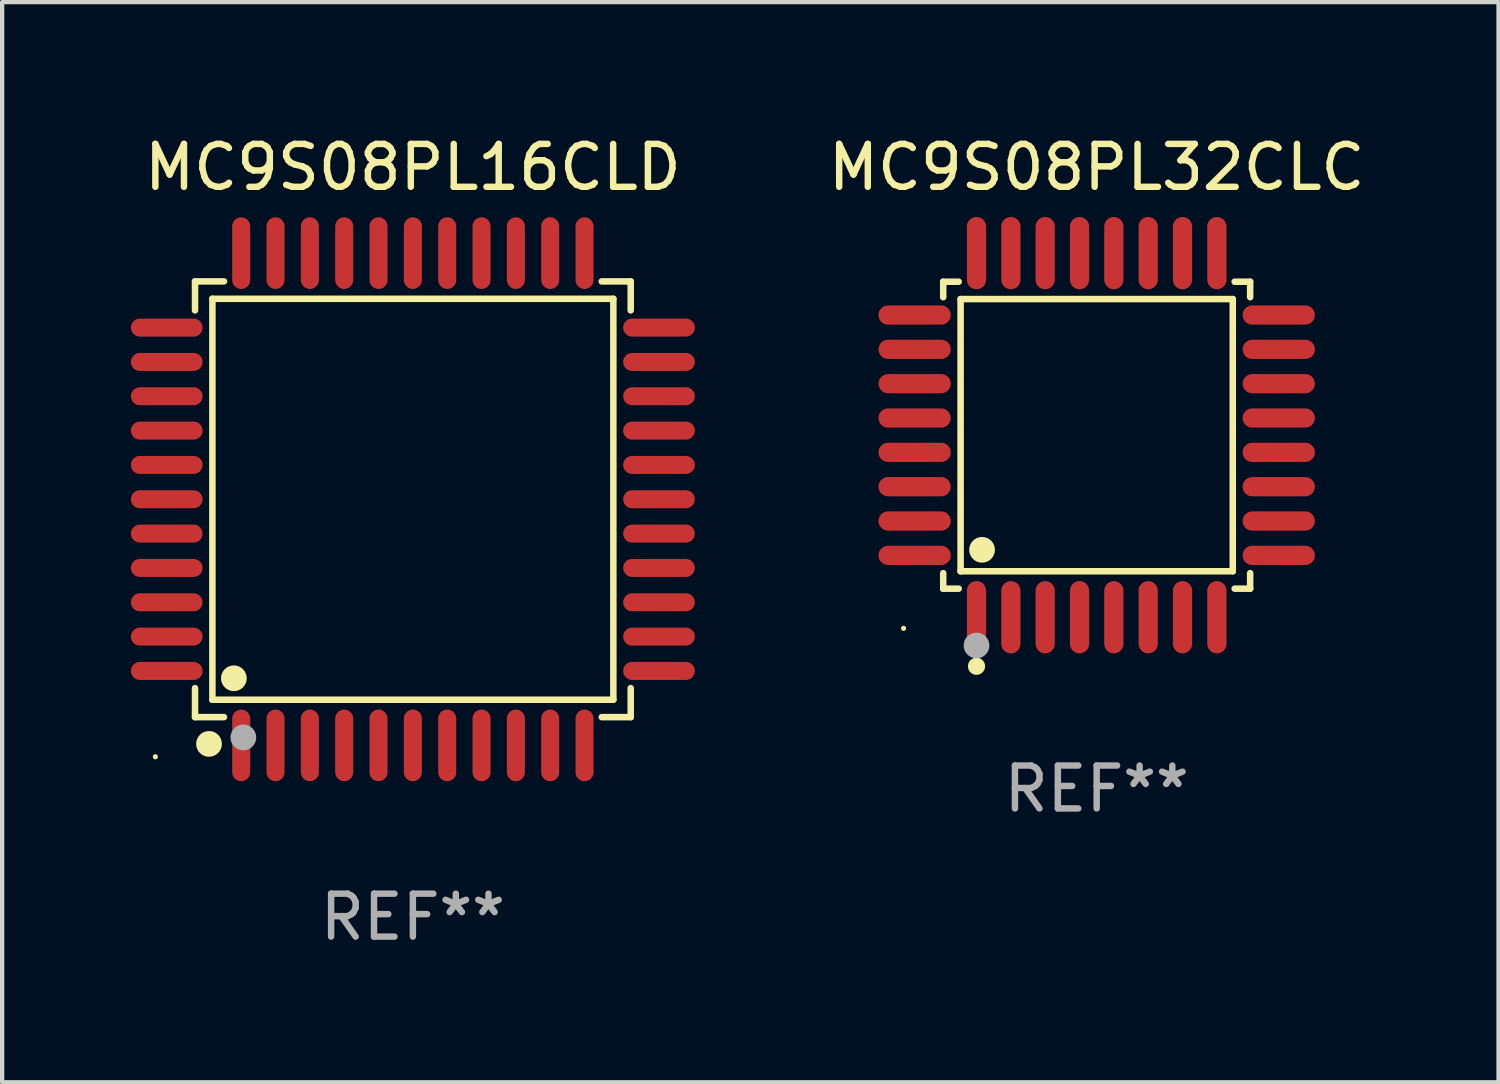
<source format=kicad_pcb>
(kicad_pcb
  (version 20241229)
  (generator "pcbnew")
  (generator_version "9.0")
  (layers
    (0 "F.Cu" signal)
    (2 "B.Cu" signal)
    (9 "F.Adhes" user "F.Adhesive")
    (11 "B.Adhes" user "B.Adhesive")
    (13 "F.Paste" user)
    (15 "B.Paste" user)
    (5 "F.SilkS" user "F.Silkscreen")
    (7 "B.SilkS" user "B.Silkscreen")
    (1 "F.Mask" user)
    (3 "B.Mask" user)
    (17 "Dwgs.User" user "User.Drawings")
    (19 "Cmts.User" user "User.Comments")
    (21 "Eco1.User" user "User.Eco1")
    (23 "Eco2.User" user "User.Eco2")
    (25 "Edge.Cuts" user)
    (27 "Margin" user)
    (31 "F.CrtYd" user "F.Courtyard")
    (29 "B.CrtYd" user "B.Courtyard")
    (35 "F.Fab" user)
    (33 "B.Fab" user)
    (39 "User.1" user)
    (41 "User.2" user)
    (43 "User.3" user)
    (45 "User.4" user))
  (footprint "MC9S08PL16CLD"
    (layer "F.Cu")
    (at 6.57 8.583)
    (property "Reference" "MC9S08PL16CLD" (at 0 -7.735 0) (layer "F.SilkS") (effects (font (size 1 1) (thickness 0.15))))
    (attr through_hole)
    (fp_line (start -5.076 -5.076) (end -4.401 -5.076) (stroke (width 0.152) (type solid)) (layer "F.SilkS"))
    (fp_line (start -5.076 -4.401) (end -5.076 -5.076) (stroke (width 0.152) (type solid)) (layer "F.SilkS"))
    (fp_line (start -5.076 4.401) (end -5.076 5.076) (stroke (width 0.152) (type solid)) (layer "F.SilkS"))
    (fp_line (start -5.076 5.076) (end -4.401 5.076) (stroke (width 0.152) (type solid)) (layer "F.SilkS"))
    (fp_line (start -4.671 -4.671) (end 4.671 -4.671) (stroke (width 0.152) (type solid)) (layer "F.SilkS"))
    (fp_line (start -4.671 4.671) (end -4.671 -4.671) (stroke (width 0.152) (type solid)) (layer "F.SilkS"))
    (fp_line (start 4.671 -4.671) (end 4.671 4.671) (stroke (width 0.152) (type solid)) (layer "F.SilkS"))
    (fp_line (start 4.671 4.671) (end -4.671 4.671) (stroke (width 0.152) (type solid)) (layer "F.SilkS"))
    (fp_line (start 5.076 -5.076) (end 4.401 -5.076) (stroke (width 0.152) (type solid)) (layer "F.SilkS"))
    (fp_line (start 5.076 -4.401) (end 5.076 -5.076) (stroke (width 0.152) (type solid)) (layer "F.SilkS"))
    (fp_line (start 5.076 4.401) (end 5.076 5.076) (stroke (width 0.152) (type solid)) (layer "F.SilkS"))
    (fp_line (start 5.076 5.076) (end 4.401 5.076) (stroke (width 0.152) (type solid)) (layer "F.SilkS"))
    (fp_circle (center -6 6) (end -5.97 6) (stroke (width 0.06) (type solid)) (fill no) (layer "F.SilkS"))
    (fp_circle (center -4.75 5.7) (end -4.6 5.7) (stroke (width 0.3) (type solid)) (fill no) (layer "F.SilkS"))
    (fp_circle (center -4.171 4.171) (end -4.021 4.171) (stroke (width 0.3) (type solid)) (fill no) (layer "F.SilkS"))
    (fp_circle (center -3.95 5.55) (end -3.8 5.55) (stroke (width 0.3) (type solid)) (fill no) (layer "F.Fab"))
    (fp_text user "REF**" (at 0 9.735 0) (layer "F.Fab") (effects (font (size 1 1) (thickness 0.15))))
    (pad "1" smd oval (at -4 5.735) (size 0.42 1.67) (layers "F.Cu" "F.Mask" "F.Paste"))
    (pad "2" smd oval (at -3.2 5.735) (size 0.42 1.67) (layers "F.Cu" "F.Mask" "F.Paste"))
    (pad "3" smd oval (at -2.4 5.735) (size 0.42 1.67) (layers "F.Cu" "F.Mask" "F.Paste"))
    (pad "4" smd oval (at -1.6 5.735) (size 0.42 1.67) (layers "F.Cu" "F.Mask" "F.Paste"))
    (pad "5" smd oval (at -0.8 5.735) (size 0.42 1.67) (layers "F.Cu" "F.Mask" "F.Paste"))
    (pad "6" smd oval (at 0 5.735) (size 0.42 1.67) (layers "F.Cu" "F.Mask" "F.Paste"))
    (pad "7" smd oval (at 0.8 5.735) (size 0.42 1.67) (layers "F.Cu" "F.Mask" "F.Paste"))
    (pad "8" smd oval (at 1.6 5.735) (size 0.42 1.67) (layers "F.Cu" "F.Mask" "F.Paste"))
    (pad "9" smd oval (at 2.4 5.735) (size 0.42 1.67) (layers "F.Cu" "F.Mask" "F.Paste"))
    (pad "10" smd oval (at 3.2 5.735) (size 0.42 1.67) (layers "F.Cu" "F.Mask" "F.Paste"))
    (pad "11" smd oval (at 4 5.735) (size 0.42 1.67) (layers "F.Cu" "F.Mask" "F.Paste"))
    (pad "12" smd oval (at 5.735 4) (size 1.67 0.42) (layers "F.Cu" "F.Mask" "F.Paste"))
    (pad "13" smd oval (at 5.735 3.2) (size 1.67 0.42) (layers "F.Cu" "F.Mask" "F.Paste"))
    (pad "14" smd oval (at 5.735 2.4) (size 1.67 0.42) (layers "F.Cu" "F.Mask" "F.Paste"))
    (pad "15" smd oval (at 5.735 1.6) (size 1.67 0.42) (layers "F.Cu" "F.Mask" "F.Paste"))
    (pad "16" smd oval (at 5.735 0.8) (size 1.67 0.42) (layers "F.Cu" "F.Mask" "F.Paste"))
    (pad "17" smd oval (at 5.735 0) (size 1.67 0.42) (layers "F.Cu" "F.Mask" "F.Paste"))
    (pad "18" smd oval (at 5.735 -0.8) (size 1.67 0.42) (layers "F.Cu" "F.Mask" "F.Paste"))
    (pad "19" smd oval (at 5.735 -1.6) (size 1.67 0.42) (layers "F.Cu" "F.Mask" "F.Paste"))
    (pad "20" smd oval (at 5.735 -2.4) (size 1.67 0.42) (layers "F.Cu" "F.Mask" "F.Paste"))
    (pad "21" smd oval (at 5.735 -3.2) (size 1.67 0.42) (layers "F.Cu" "F.Mask" "F.Paste"))
    (pad "22" smd oval (at 5.735 -4) (size 1.67 0.42) (layers "F.Cu" "F.Mask" "F.Paste"))
    (pad "23" smd oval (at 4 -5.735) (size 0.42 1.67) (layers "F.Cu" "F.Mask" "F.Paste"))
    (pad "24" smd oval (at 3.2 -5.735) (size 0.42 1.67) (layers "F.Cu" "F.Mask" "F.Paste"))
    (pad "25" smd oval (at 2.4 -5.735) (size 0.42 1.67) (layers "F.Cu" "F.Mask" "F.Paste"))
    (pad "26" smd oval (at 1.6 -5.735) (size 0.42 1.67) (layers "F.Cu" "F.Mask" "F.Paste"))
    (pad "27" smd oval (at 0.8 -5.735) (size 0.42 1.67) (layers "F.Cu" "F.Mask" "F.Paste"))
    (pad "28" smd oval (at 0 -5.735) (size 0.42 1.67) (layers "F.Cu" "F.Mask" "F.Paste"))
    (pad "29" smd oval (at -0.8 -5.735) (size 0.42 1.67) (layers "F.Cu" "F.Mask" "F.Paste"))
    (pad "30" smd oval (at -1.6 -5.735) (size 0.42 1.67) (layers "F.Cu" "F.Mask" "F.Paste"))
    (pad "31" smd oval (at -2.4 -5.735) (size 0.42 1.67) (layers "F.Cu" "F.Mask" "F.Paste"))
    (pad "32" smd oval (at -3.2 -5.735) (size 0.42 1.67) (layers "F.Cu" "F.Mask" "F.Paste"))
    (pad "33" smd oval (at -4 -5.735) (size 0.42 1.67) (layers "F.Cu" "F.Mask" "F.Paste"))
    (pad "34" smd oval (at -5.735 -4) (size 1.67 0.42) (layers "F.Cu" "F.Mask" "F.Paste"))
    (pad "35" smd oval (at -5.735 -3.2) (size 1.67 0.42) (layers "F.Cu" "F.Mask" "F.Paste"))
    (pad "36" smd oval (at -5.735 -2.4) (size 1.67 0.42) (layers "F.Cu" "F.Mask" "F.Paste"))
    (pad "37" smd oval (at -5.735 -1.6) (size 1.67 0.42) (layers "F.Cu" "F.Mask" "F.Paste"))
    (pad "38" smd oval (at -5.735 -0.8) (size 1.67 0.42) (layers "F.Cu" "F.Mask" "F.Paste"))
    (pad "39" smd oval (at -5.735 0) (size 1.67 0.42) (layers "F.Cu" "F.Mask" "F.Paste"))
    (pad "40" smd oval (at -5.735 0.8) (size 1.67 0.42) (layers "F.Cu" "F.Mask" "F.Paste"))
    (pad "41" smd oval (at -5.735 1.6) (size 1.67 0.42) (layers "F.Cu" "F.Mask" "F.Paste"))
    (pad "42" smd oval (at -5.735 2.4) (size 1.67 0.42) (layers "F.Cu" "F.Mask" "F.Paste"))
    (pad "43" smd oval (at -5.735 3.2) (size 1.67 0.42) (layers "F.Cu" "F.Mask" "F.Paste"))
    (pad "44" smd oval (at -5.735 4) (size 1.67 0.42) (layers "F.Cu" "F.Mask" "F.Paste")))
  (footprint "MC9S08PL32CLC"
    (layer "F.Cu")
    (at 22.503 7.09)
    (property "Reference" "MC9S08PL32CLC" (at 0 -6.242 0) (layer "F.SilkS") (effects (font (size 1 1) (thickness 0.15))))
    (attr through_hole)
    (fp_line (start -3.576 -3.576) (end -3.215 -3.576) (stroke (width 0.152) (type solid)) (layer "F.SilkS"))
    (fp_line (start -3.576 -3.215) (end -3.576 -3.576) (stroke (width 0.152) (type solid)) (layer "F.SilkS"))
    (fp_line (start -3.576 3.215) (end -3.576 3.576) (stroke (width 0.152) (type solid)) (layer "F.SilkS"))
    (fp_line (start -3.576 3.576) (end -3.215 3.576) (stroke (width 0.152) (type solid)) (layer "F.SilkS"))
    (fp_line (start -3.171 -3.171) (end 3.171 -3.171) (stroke (width 0.152) (type solid)) (layer "F.SilkS"))
    (fp_line (start -3.171 3.171) (end -3.171 -3.171) (stroke (width 0.152) (type solid)) (layer "F.SilkS"))
    (fp_line (start 3.171 -3.171) (end 3.171 3.171) (stroke (width 0.152) (type solid)) (layer "F.SilkS"))
    (fp_line (start 3.171 3.171) (end -3.171 3.171) (stroke (width 0.152) (type solid)) (layer "F.SilkS"))
    (fp_line (start 3.576 -3.576) (end 3.215 -3.576) (stroke (width 0.152) (type solid)) (layer "F.SilkS"))
    (fp_line (start 3.576 -3.215) (end 3.576 -3.576) (stroke (width 0.152) (type solid)) (layer "F.SilkS"))
    (fp_line (start 3.576 3.215) (end 3.576 3.576) (stroke (width 0.152) (type solid)) (layer "F.SilkS"))
    (fp_line (start 3.576 3.576) (end 3.215 3.576) (stroke (width 0.152) (type solid)) (layer "F.SilkS"))
    (fp_circle (center -4.5 4.5) (end -4.47 4.5) (stroke (width 0.06) (type solid)) (fill no) (layer "F.SilkS"))
    (fp_circle (center -2.8 5.384) (end -2.7 5.384) (stroke (width 0.2) (type solid)) (fill no) (layer "F.SilkS"))
    (fp_circle (center -2.671 2.671) (end -2.521 2.671) (stroke (width 0.3) (type solid)) (fill no) (layer "F.SilkS"))
    (fp_circle (center -2.8 4.9) (end -2.65 4.9) (stroke (width 0.3) (type solid)) (fill no) (layer "F.Fab"))
    (fp_text user "REF**" (at 0 8.242 0) (layer "F.Fab") (effects (font (size 1 1) (thickness 0.15))))
    (pad "1" smd oval (at -2.8 4.242) (size 0.448 1.684) (layers "F.Cu" "F.Mask" "F.Paste"))
    (pad "2" smd oval (at -2 4.242) (size 0.448 1.684) (layers "F.Cu" "F.Mask" "F.Paste"))
    (pad "3" smd oval (at -1.2 4.242) (size 0.448 1.684) (layers "F.Cu" "F.Mask" "F.Paste"))
    (pad "4" smd oval (at -0.4 4.242) (size 0.448 1.684) (layers "F.Cu" "F.Mask" "F.Paste"))
    (pad "5" smd oval (at 0.4 4.242) (size 0.448 1.684) (layers "F.Cu" "F.Mask" "F.Paste"))
    (pad "6" smd oval (at 1.2 4.242) (size 0.448 1.684) (layers "F.Cu" "F.Mask" "F.Paste"))
    (pad "7" smd oval (at 2 4.242) (size 0.448 1.684) (layers "F.Cu" "F.Mask" "F.Paste"))
    (pad "8" smd oval (at 2.8 4.242) (size 0.448 1.684) (layers "F.Cu" "F.Mask" "F.Paste"))
    (pad "9" smd oval (at 4.242 2.8) (size 1.684 0.448) (layers "F.Cu" "F.Mask" "F.Paste"))
    (pad "10" smd oval (at 4.242 2) (size 1.684 0.448) (layers "F.Cu" "F.Mask" "F.Paste"))
    (pad "11" smd oval (at 4.242 1.2) (size 1.684 0.448) (layers "F.Cu" "F.Mask" "F.Paste"))
    (pad "12" smd oval (at 4.242 0.4) (size 1.684 0.448) (layers "F.Cu" "F.Mask" "F.Paste"))
    (pad "13" smd oval (at 4.242 -0.4) (size 1.684 0.448) (layers "F.Cu" "F.Mask" "F.Paste"))
    (pad "14" smd oval (at 4.242 -1.2) (size 1.684 0.448) (layers "F.Cu" "F.Mask" "F.Paste"))
    (pad "15" smd oval (at 4.242 -2) (size 1.684 0.448) (layers "F.Cu" "F.Mask" "F.Paste"))
    (pad "16" smd oval (at 4.242 -2.8) (size 1.684 0.448) (layers "F.Cu" "F.Mask" "F.Paste"))
    (pad "17" smd oval (at 2.8 -4.242) (size 0.448 1.684) (layers "F.Cu" "F.Mask" "F.Paste"))
    (pad "18" smd oval (at 2 -4.242) (size 0.448 1.684) (layers "F.Cu" "F.Mask" "F.Paste"))
    (pad "19" smd oval (at 1.2 -4.242) (size 0.448 1.684) (layers "F.Cu" "F.Mask" "F.Paste"))
    (pad "20" smd oval (at 0.4 -4.242) (size 0.448 1.684) (layers "F.Cu" "F.Mask" "F.Paste"))
    (pad "21" smd oval (at -0.4 -4.242) (size 0.448 1.684) (layers "F.Cu" "F.Mask" "F.Paste"))
    (pad "22" smd oval (at -1.2 -4.242) (size 0.448 1.684) (layers "F.Cu" "F.Mask" "F.Paste"))
    (pad "23" smd oval (at -2 -4.242) (size 0.448 1.684) (layers "F.Cu" "F.Mask" "F.Paste"))
    (pad "24" smd oval (at -2.8 -4.242) (size 0.448 1.684) (layers "F.Cu" "F.Mask" "F.Paste"))
    (pad "25" smd oval (at -4.242 -2.8) (size 1.684 0.448) (layers "F.Cu" "F.Mask" "F.Paste"))
    (pad "26" smd oval (at -4.242 -2) (size 1.684 0.448) (layers "F.Cu" "F.Mask" "F.Paste"))
    (pad "27" smd oval (at -4.242 -1.2) (size 1.684 0.448) (layers "F.Cu" "F.Mask" "F.Paste"))
    (pad "28" smd oval (at -4.242 -0.4) (size 1.684 0.448) (layers "F.Cu" "F.Mask" "F.Paste"))
    (pad "29" smd oval (at -4.242 0.4) (size 1.684 0.448) (layers "F.Cu" "F.Mask" "F.Paste"))
    (pad "30" smd oval (at -4.242 1.2) (size 1.684 0.448) (layers "F.Cu" "F.Mask" "F.Paste"))
    (pad "31" smd oval (at -4.242 2) (size 1.684 0.448) (layers "F.Cu" "F.Mask" "F.Paste"))
    (pad "32" smd oval (at -4.242 2.8) (size 1.684 0.448) (layers "F.Cu" "F.Mask" "F.Paste")))
  (gr_rect
    (start -3 -3)
    (end 31.866 22.167)
    (stroke (width 0.1) (type default))
    (fill no)
    (layer "Edge.Cuts")))
</source>
